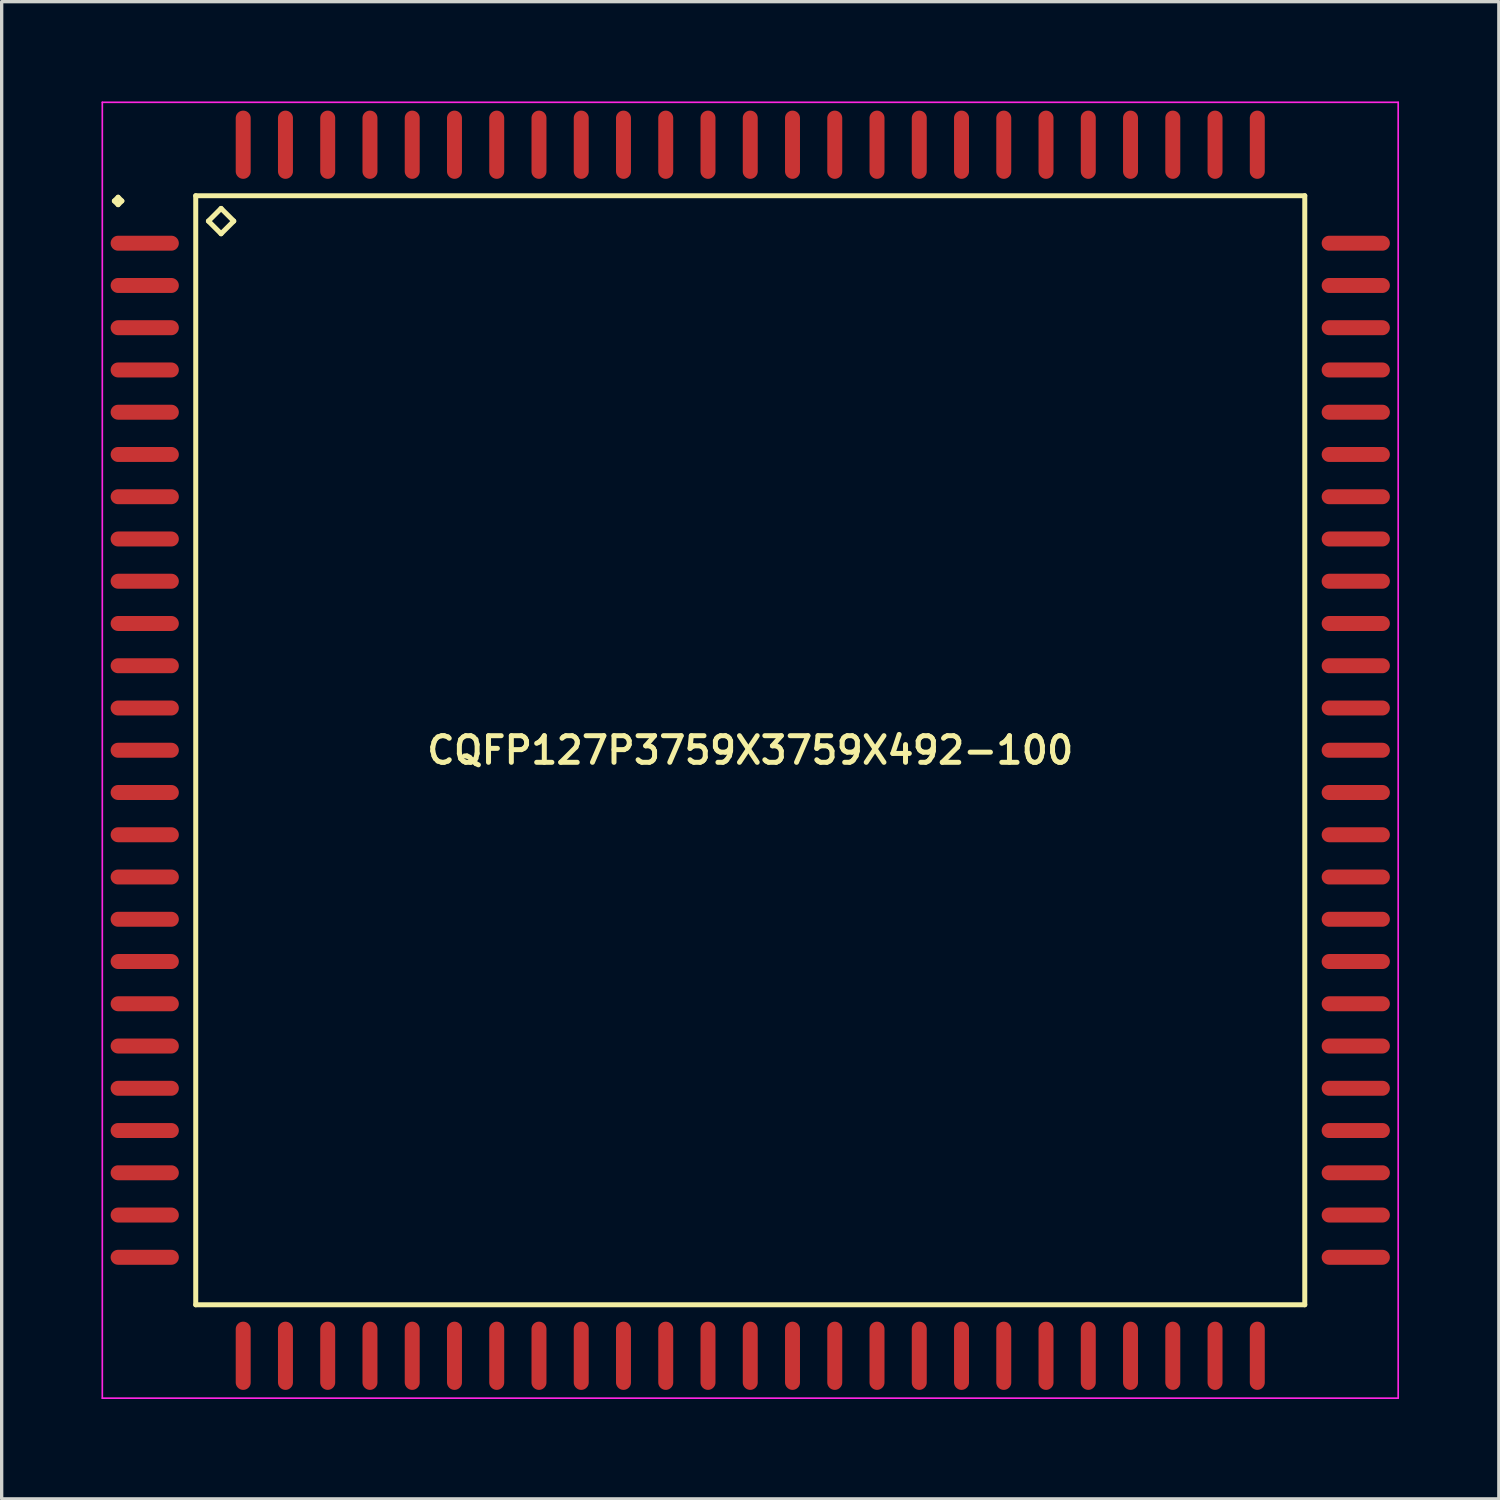
<source format=kicad_pcb>
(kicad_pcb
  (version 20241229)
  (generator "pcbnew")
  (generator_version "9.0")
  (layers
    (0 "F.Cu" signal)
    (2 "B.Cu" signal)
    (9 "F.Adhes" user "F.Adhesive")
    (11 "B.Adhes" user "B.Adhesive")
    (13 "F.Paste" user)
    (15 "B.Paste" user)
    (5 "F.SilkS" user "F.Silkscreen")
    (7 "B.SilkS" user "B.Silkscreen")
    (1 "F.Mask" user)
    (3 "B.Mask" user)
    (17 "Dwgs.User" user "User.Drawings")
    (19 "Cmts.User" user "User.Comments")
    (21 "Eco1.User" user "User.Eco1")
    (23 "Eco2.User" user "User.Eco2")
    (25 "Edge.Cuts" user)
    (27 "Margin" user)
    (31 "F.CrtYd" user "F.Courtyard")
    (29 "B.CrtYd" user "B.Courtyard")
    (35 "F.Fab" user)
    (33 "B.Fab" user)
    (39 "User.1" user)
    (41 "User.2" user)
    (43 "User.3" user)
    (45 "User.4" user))
  (footprint "CQFP127P3759X3759X492-100"
    (layer "F.Cu")
    (at 19.5 19.5)
    (property "Reference" "CQFP127P3759X3759X492-100" (at 0 0 0) (layer "F.SilkS") (effects (font (size 0.8 0.8) (thickness 0.15))))
    (attr smd)
    (fp_line (start -19.113 -16.51) (end -19 -16.622) (stroke (width 0.15) (type solid)) (layer "F.SilkS"))
    (fp_line (start -19 -16.622) (end -18.887 -16.51) (stroke (width 0.15) (type solid)) (layer "F.SilkS"))
    (fp_line (start -19 -16.398) (end -19.113 -16.51) (stroke (width 0.15) (type solid)) (layer "F.SilkS"))
    (fp_line (start -18.887 -16.51) (end -19 -16.398) (stroke (width 0.15) (type solid)) (layer "F.SilkS"))
    (fp_line (start -16.667 -16.667) (end -16.667 16.667) (stroke (width 0.15) (type solid)) (layer "F.SilkS"))
    (fp_line (start -16.667 16.667) (end 16.667 16.667) (stroke (width 0.15) (type solid)) (layer "F.SilkS"))
    (fp_line (start -16.286 -15.905) (end -15.905 -16.286) (stroke (width 0.15) (type solid)) (layer "F.SilkS"))
    (fp_line (start -15.905 -16.286) (end -15.524 -15.905) (stroke (width 0.15) (type solid)) (layer "F.SilkS"))
    (fp_line (start -15.905 -15.524) (end -16.286 -15.905) (stroke (width 0.15) (type solid)) (layer "F.SilkS"))
    (fp_line (start -15.524 -15.905) (end -15.905 -15.524) (stroke (width 0.15) (type solid)) (layer "F.SilkS"))
    (fp_line (start 16.667 -16.667) (end -16.667 -16.667) (stroke (width 0.15) (type solid)) (layer "F.SilkS"))
    (fp_line (start 16.667 16.667) (end 16.667 -16.667) (stroke (width 0.15) (type solid)) (layer "F.SilkS"))
    (fp_line (start -19.475 -19.475) (end 19.475 -19.475) (stroke (width 0.05) (type solid)) (layer "F.CrtYd"))
    (fp_line (start -19.475 19.475) (end -19.475 -19.475) (stroke (width 0.05) (type solid)) (layer "F.CrtYd"))
    (fp_line (start 19.475 -19.475) (end 19.475 19.475) (stroke (width 0.05) (type solid)) (layer "F.CrtYd"))
    (fp_line (start 19.475 19.475) (end -19.475 19.475) (stroke (width 0.05) (type solid)) (layer "F.CrtYd"))
    (pad "1" smd oval (at -18.2 -15.24) (size 2.05 0.45) (layers "F.Cu" "F.Mask" "F.Paste"))
    (pad "2" smd oval (at -18.2 -13.97) (size 2.05 0.45) (layers "F.Cu" "F.Mask" "F.Paste"))
    (pad "3" smd oval (at -18.2 -12.7) (size 2.05 0.45) (layers "F.Cu" "F.Mask" "F.Paste"))
    (pad "4" smd oval (at -18.2 -11.43) (size 2.05 0.45) (layers "F.Cu" "F.Mask" "F.Paste"))
    (pad "5" smd oval (at -18.2 -10.16) (size 2.05 0.45) (layers "F.Cu" "F.Mask" "F.Paste"))
    (pad "6" smd oval (at -18.2 -8.89) (size 2.05 0.45) (layers "F.Cu" "F.Mask" "F.Paste"))
    (pad "7" smd oval (at -18.2 -7.62) (size 2.05 0.45) (layers "F.Cu" "F.Mask" "F.Paste"))
    (pad "8" smd oval (at -18.2 -6.35) (size 2.05 0.45) (layers "F.Cu" "F.Mask" "F.Paste"))
    (pad "9" smd oval (at -18.2 -5.08) (size 2.05 0.45) (layers "F.Cu" "F.Mask" "F.Paste"))
    (pad "10" smd oval (at -18.2 -3.81) (size 2.05 0.45) (layers "F.Cu" "F.Mask" "F.Paste"))
    (pad "11" smd oval (at -18.2 -2.54) (size 2.05 0.45) (layers "F.Cu" "F.Mask" "F.Paste"))
    (pad "12" smd oval (at -18.2 -1.27) (size 2.05 0.45) (layers "F.Cu" "F.Mask" "F.Paste"))
    (pad "13" smd oval (at -18.2 0) (size 2.05 0.45) (layers "F.Cu" "F.Mask" "F.Paste"))
    (pad "14" smd oval (at -18.2 1.27) (size 2.05 0.45) (layers "F.Cu" "F.Mask" "F.Paste"))
    (pad "15" smd oval (at -18.2 2.54) (size 2.05 0.45) (layers "F.Cu" "F.Mask" "F.Paste"))
    (pad "16" smd oval (at -18.2 3.81) (size 2.05 0.45) (layers "F.Cu" "F.Mask" "F.Paste"))
    (pad "17" smd oval (at -18.2 5.08) (size 2.05 0.45) (layers "F.Cu" "F.Mask" "F.Paste"))
    (pad "18" smd oval (at -18.2 6.35) (size 2.05 0.45) (layers "F.Cu" "F.Mask" "F.Paste"))
    (pad "19" smd oval (at -18.2 7.62) (size 2.05 0.45) (layers "F.Cu" "F.Mask" "F.Paste"))
    (pad "20" smd oval (at -18.2 8.89) (size 2.05 0.45) (layers "F.Cu" "F.Mask" "F.Paste"))
    (pad "21" smd oval (at -18.2 10.16) (size 2.05 0.45) (layers "F.Cu" "F.Mask" "F.Paste"))
    (pad "22" smd oval (at -18.2 11.43) (size 2.05 0.45) (layers "F.Cu" "F.Mask" "F.Paste"))
    (pad "23" smd oval (at -18.2 12.7) (size 2.05 0.45) (layers "F.Cu" "F.Mask" "F.Paste"))
    (pad "24" smd oval (at -18.2 13.97) (size 2.05 0.45) (layers "F.Cu" "F.Mask" "F.Paste"))
    (pad "25" smd oval (at -18.2 15.24) (size 2.05 0.45) (layers "F.Cu" "F.Mask" "F.Paste"))
    (pad "26" smd oval (at -15.24 18.2) (size 0.45 2.05) (layers "F.Cu" "F.Mask" "F.Paste"))
    (pad "27" smd oval (at -13.97 18.2) (size 0.45 2.05) (layers "F.Cu" "F.Mask" "F.Paste"))
    (pad "28" smd oval (at -12.7 18.2) (size 0.45 2.05) (layers "F.Cu" "F.Mask" "F.Paste"))
    (pad "29" smd oval (at -11.43 18.2) (size 0.45 2.05) (layers "F.Cu" "F.Mask" "F.Paste"))
    (pad "30" smd oval (at -10.16 18.2) (size 0.45 2.05) (layers "F.Cu" "F.Mask" "F.Paste"))
    (pad "31" smd oval (at -8.89 18.2) (size 0.45 2.05) (layers "F.Cu" "F.Mask" "F.Paste"))
    (pad "32" smd oval (at -7.62 18.2) (size 0.45 2.05) (layers "F.Cu" "F.Mask" "F.Paste"))
    (pad "33" smd oval (at -6.35 18.2) (size 0.45 2.05) (layers "F.Cu" "F.Mask" "F.Paste"))
    (pad "34" smd oval (at -5.08 18.2) (size 0.45 2.05) (layers "F.Cu" "F.Mask" "F.Paste"))
    (pad "35" smd oval (at -3.81 18.2) (size 0.45 2.05) (layers "F.Cu" "F.Mask" "F.Paste"))
    (pad "36" smd oval (at -2.54 18.2) (size 0.45 2.05) (layers "F.Cu" "F.Mask" "F.Paste"))
    (pad "37" smd oval (at -1.27 18.2) (size 0.45 2.05) (layers "F.Cu" "F.Mask" "F.Paste"))
    (pad "38" smd oval (at 0 18.2) (size 0.45 2.05) (layers "F.Cu" "F.Mask" "F.Paste"))
    (pad "39" smd oval (at 1.27 18.2) (size 0.45 2.05) (layers "F.Cu" "F.Mask" "F.Paste"))
    (pad "40" smd oval (at 2.54 18.2) (size 0.45 2.05) (layers "F.Cu" "F.Mask" "F.Paste"))
    (pad "41" smd oval (at 3.81 18.2) (size 0.45 2.05) (layers "F.Cu" "F.Mask" "F.Paste"))
    (pad "42" smd oval (at 5.08 18.2) (size 0.45 2.05) (layers "F.Cu" "F.Mask" "F.Paste"))
    (pad "43" smd oval (at 6.35 18.2) (size 0.45 2.05) (layers "F.Cu" "F.Mask" "F.Paste"))
    (pad "44" smd oval (at 7.62 18.2) (size 0.45 2.05) (layers "F.Cu" "F.Mask" "F.Paste"))
    (pad "45" smd oval (at 8.89 18.2) (size 0.45 2.05) (layers "F.Cu" "F.Mask" "F.Paste"))
    (pad "46" smd oval (at 10.16 18.2) (size 0.45 2.05) (layers "F.Cu" "F.Mask" "F.Paste"))
    (pad "47" smd oval (at 11.43 18.2) (size 0.45 2.05) (layers "F.Cu" "F.Mask" "F.Paste"))
    (pad "48" smd oval (at 12.7 18.2) (size 0.45 2.05) (layers "F.Cu" "F.Mask" "F.Paste"))
    (pad "49" smd oval (at 13.97 18.2) (size 0.45 2.05) (layers "F.Cu" "F.Mask" "F.Paste"))
    (pad "50" smd oval (at 15.24 18.2) (size 0.45 2.05) (layers "F.Cu" "F.Mask" "F.Paste"))
    (pad "51" smd oval (at 18.2 15.24) (size 2.05 0.45) (layers "F.Cu" "F.Mask" "F.Paste"))
    (pad "52" smd oval (at 18.2 13.97) (size 2.05 0.45) (layers "F.Cu" "F.Mask" "F.Paste"))
    (pad "53" smd oval (at 18.2 12.7) (size 2.05 0.45) (layers "F.Cu" "F.Mask" "F.Paste"))
    (pad "54" smd oval (at 18.2 11.43) (size 2.05 0.45) (layers "F.Cu" "F.Mask" "F.Paste"))
    (pad "55" smd oval (at 18.2 10.16) (size 2.05 0.45) (layers "F.Cu" "F.Mask" "F.Paste"))
    (pad "56" smd oval (at 18.2 8.89) (size 2.05 0.45) (layers "F.Cu" "F.Mask" "F.Paste"))
    (pad "57" smd oval (at 18.2 7.62) (size 2.05 0.45) (layers "F.Cu" "F.Mask" "F.Paste"))
    (pad "58" smd oval (at 18.2 6.35) (size 2.05 0.45) (layers "F.Cu" "F.Mask" "F.Paste"))
    (pad "59" smd oval (at 18.2 5.08) (size 2.05 0.45) (layers "F.Cu" "F.Mask" "F.Paste"))
    (pad "60" smd oval (at 18.2 3.81) (size 2.05 0.45) (layers "F.Cu" "F.Mask" "F.Paste"))
    (pad "61" smd oval (at 18.2 2.54) (size 2.05 0.45) (layers "F.Cu" "F.Mask" "F.Paste"))
    (pad "62" smd oval (at 18.2 1.27) (size 2.05 0.45) (layers "F.Cu" "F.Mask" "F.Paste"))
    (pad "63" smd oval (at 18.2 0) (size 2.05 0.45) (layers "F.Cu" "F.Mask" "F.Paste"))
    (pad "64" smd oval (at 18.2 -1.27) (size 2.05 0.45) (layers "F.Cu" "F.Mask" "F.Paste"))
    (pad "65" smd oval (at 18.2 -2.54) (size 2.05 0.45) (layers "F.Cu" "F.Mask" "F.Paste"))
    (pad "66" smd oval (at 18.2 -3.81) (size 2.05 0.45) (layers "F.Cu" "F.Mask" "F.Paste"))
    (pad "67" smd oval (at 18.2 -5.08) (size 2.05 0.45) (layers "F.Cu" "F.Mask" "F.Paste"))
    (pad "68" smd oval (at 18.2 -6.35) (size 2.05 0.45) (layers "F.Cu" "F.Mask" "F.Paste"))
    (pad "69" smd oval (at 18.2 -7.62) (size 2.05 0.45) (layers "F.Cu" "F.Mask" "F.Paste"))
    (pad "70" smd oval (at 18.2 -8.89) (size 2.05 0.45) (layers "F.Cu" "F.Mask" "F.Paste"))
    (pad "71" smd oval (at 18.2 -10.16) (size 2.05 0.45) (layers "F.Cu" "F.Mask" "F.Paste"))
    (pad "72" smd oval (at 18.2 -11.43) (size 2.05 0.45) (layers "F.Cu" "F.Mask" "F.Paste"))
    (pad "73" smd oval (at 18.2 -12.7) (size 2.05 0.45) (layers "F.Cu" "F.Mask" "F.Paste"))
    (pad "74" smd oval (at 18.2 -13.97) (size 2.05 0.45) (layers "F.Cu" "F.Mask" "F.Paste"))
    (pad "75" smd oval (at 18.2 -15.24) (size 2.05 0.45) (layers "F.Cu" "F.Mask" "F.Paste"))
    (pad "76" smd oval (at 15.24 -18.2) (size 0.45 2.05) (layers "F.Cu" "F.Mask" "F.Paste"))
    (pad "77" smd oval (at 13.97 -18.2) (size 0.45 2.05) (layers "F.Cu" "F.Mask" "F.Paste"))
    (pad "78" smd oval (at 12.7 -18.2) (size 0.45 2.05) (layers "F.Cu" "F.Mask" "F.Paste"))
    (pad "79" smd oval (at 11.43 -18.2) (size 0.45 2.05) (layers "F.Cu" "F.Mask" "F.Paste"))
    (pad "80" smd oval (at 10.16 -18.2) (size 0.45 2.05) (layers "F.Cu" "F.Mask" "F.Paste"))
    (pad "81" smd oval (at 8.89 -18.2) (size 0.45 2.05) (layers "F.Cu" "F.Mask" "F.Paste"))
    (pad "82" smd oval (at 7.62 -18.2) (size 0.45 2.05) (layers "F.Cu" "F.Mask" "F.Paste"))
    (pad "83" smd oval (at 6.35 -18.2) (size 0.45 2.05) (layers "F.Cu" "F.Mask" "F.Paste"))
    (pad "84" smd oval (at 5.08 -18.2) (size 0.45 2.05) (layers "F.Cu" "F.Mask" "F.Paste"))
    (pad "85" smd oval (at 3.81 -18.2) (size 0.45 2.05) (layers "F.Cu" "F.Mask" "F.Paste"))
    (pad "86" smd oval (at 2.54 -18.2) (size 0.45 2.05) (layers "F.Cu" "F.Mask" "F.Paste"))
    (pad "87" smd oval (at 1.27 -18.2) (size 0.45 2.05) (layers "F.Cu" "F.Mask" "F.Paste"))
    (pad "88" smd oval (at 0 -18.2) (size 0.45 2.05) (layers "F.Cu" "F.Mask" "F.Paste"))
    (pad "89" smd oval (at -1.27 -18.2) (size 0.45 2.05) (layers "F.Cu" "F.Mask" "F.Paste"))
    (pad "90" smd oval (at -2.54 -18.2) (size 0.45 2.05) (layers "F.Cu" "F.Mask" "F.Paste"))
    (pad "91" smd oval (at -3.81 -18.2) (size 0.45 2.05) (layers "F.Cu" "F.Mask" "F.Paste"))
    (pad "92" smd oval (at -5.08 -18.2) (size 0.45 2.05) (layers "F.Cu" "F.Mask" "F.Paste"))
    (pad "93" smd oval (at -6.35 -18.2) (size 0.45 2.05) (layers "F.Cu" "F.Mask" "F.Paste"))
    (pad "94" smd oval (at -7.62 -18.2) (size 0.45 2.05) (layers "F.Cu" "F.Mask" "F.Paste"))
    (pad "95" smd oval (at -8.89 -18.2) (size 0.45 2.05) (layers "F.Cu" "F.Mask" "F.Paste"))
    (pad "96" smd oval (at -10.16 -18.2) (size 0.45 2.05) (layers "F.Cu" "F.Mask" "F.Paste"))
    (pad "97" smd oval (at -11.43 -18.2) (size 0.45 2.05) (layers "F.Cu" "F.Mask" "F.Paste"))
    (pad "98" smd oval (at -12.7 -18.2) (size 0.45 2.05) (layers "F.Cu" "F.Mask" "F.Paste"))
    (pad "99" smd oval (at -13.97 -18.2) (size 0.45 2.05) (layers "F.Cu" "F.Mask" "F.Paste"))
    (pad "100" smd oval (at -15.24 -18.2) (size 0.45 2.05) (layers "F.Cu" "F.Mask" "F.Paste")))
  (gr_rect
    (start -3 -3)
    (end 42 42)
    (stroke (width 0.1) (type default))
    (fill no)
    (layer "Edge.Cuts")))
</source>
